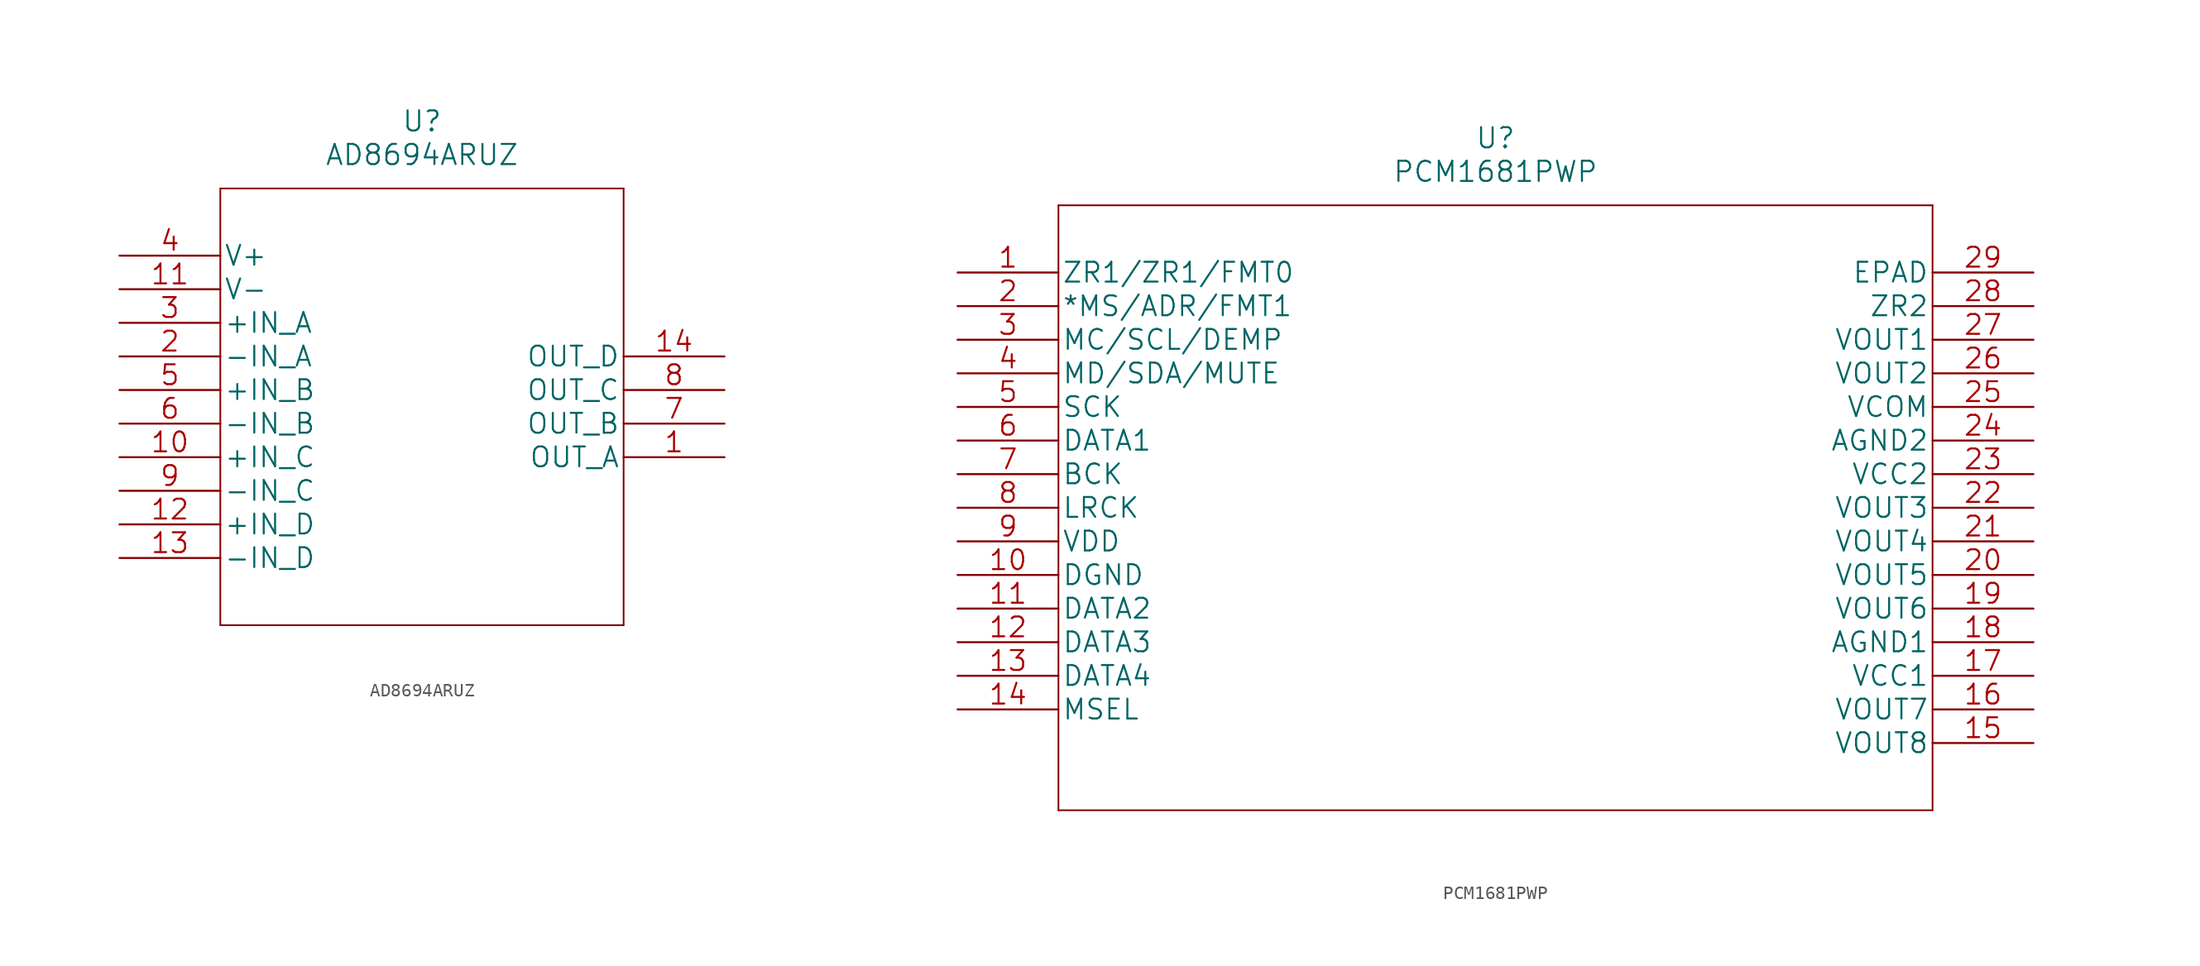
<source format=kicad_sym>
(kicad_symbol_lib
  (version 20211014)
  (generator kicad_symbol_editor)
  (symbol "AD8694ARUZ"
    (pin_names
      (offset 0.254))
    (property "Reference" "U"
      (at 22.86 10.16 0)
      (effects (font (size 1.524 1.524))))
    (property "Value" "AD8694ARUZ"
      (at 22.86 7.62 0)
      (effects (font (size 1.524 1.524))))
    (property "Datasheet" ""
      (at 0 0 0)
      (effects (font (size 1.524 1.524))))
    (property "ki_locked" ""
      (at 0 0 0)
      (effects (font (size 1.27 1.27))))
    (symbol "AD8694ARUZ_1_1"
      (polyline (pts (xy 7.62 -27.94) (xy 38.1 -27.94)) (stroke (width 0.127) (type default) (color 0 0 0 0)) (fill (type none)))
      (polyline (pts (xy 7.62 5.08) (xy 7.62 -27.94)) (stroke (width 0.127) (type default) (color 0 0 0 0)) (fill (type none)))
      (polyline (pts (xy 38.1 -27.94) (xy 38.1 5.08)) (stroke (width 0.127) (type default) (color 0 0 0 0)) (fill (type none)))
      (polyline (pts (xy 38.1 5.08) (xy 7.62 5.08)) (stroke (width 0.127) (type default) (color 0 0 0 0)) (fill (type none)))
      (pin unspecified line (at 45.72 -15.24 180) (length 7.62) (name "OUT_A" (effects (font (size 1.499 1.499)))) (number "1" (effects (font (size 1.499 1.499)))))
      (pin unspecified line (at 0 -15.24 0) (length 7.62) (name "+IN_C" (effects (font (size 1.499 1.499)))) (number "10" (effects (font (size 1.499 1.499)))))
      (pin unspecified line (at 0 -2.54 0) (length 7.62) (name "V-" (effects (font (size 1.499 1.499)))) (number "11" (effects (font (size 1.499 1.499)))))
      (pin unspecified line (at 0 -20.32 0) (length 7.62) (name "+IN_D" (effects (font (size 1.499 1.499)))) (number "12" (effects (font (size 1.499 1.499)))))
      (pin unspecified line (at 0 -22.86 0) (length 7.62) (name "-IN_D" (effects (font (size 1.499 1.499)))) (number "13" (effects (font (size 1.499 1.499)))))
      (pin unspecified line (at 45.72 -7.62 180) (length 7.62) (name "OUT_D" (effects (font (size 1.499 1.499)))) (number "14" (effects (font (size 1.499 1.499)))))
      (pin unspecified line (at 0 -7.62 0) (length 7.62) (name "-IN_A" (effects (font (size 1.499 1.499)))) (number "2" (effects (font (size 1.499 1.499)))))
      (pin unspecified line (at 0 -5.08 0) (length 7.62) (name "+IN_A" (effects (font (size 1.499 1.499)))) (number "3" (effects (font (size 1.499 1.499)))))
      (pin unspecified line (at 0 0 0) (length 7.62) (name "V+" (effects (font (size 1.499 1.499)))) (number "4" (effects (font (size 1.499 1.499)))))
      (pin unspecified line (at 0 -10.16 0) (length 7.62) (name "+IN_B" (effects (font (size 1.499 1.499)))) (number "5" (effects (font (size 1.499 1.499)))))
      (pin unspecified line (at 0 -12.7 0) (length 7.62) (name "-IN_B" (effects (font (size 1.499 1.499)))) (number "6" (effects (font (size 1.499 1.499)))))
      (pin unspecified line (at 45.72 -12.7 180) (length 7.62) (name "OUT_B" (effects (font (size 1.499 1.499)))) (number "7" (effects (font (size 1.499 1.499)))))
      (pin unspecified line (at 45.72 -10.16 180) (length 7.62) (name "OUT_C" (effects (font (size 1.499 1.499)))) (number "8" (effects (font (size 1.499 1.499)))))
      (pin unspecified line (at 0 -17.78 0) (length 7.62) (name "-IN_C" (effects (font (size 1.499 1.499)))) (number "9" (effects (font (size 1.499 1.499)))))))
  (symbol "PCM1681PWP"
    (pin_names
      (offset 0.254))
    (property "Reference" "U"
      (at 40.64 10.16 0)
      (effects (font (size 1.524 1.524))))
    (property "Value" "PCM1681PWP"
      (at 40.64 7.62 0)
      (effects (font (size 1.524 1.524))))
    (property "Datasheet" ""
      (at 0 0 0)
      (effects (font (size 1.524 1.524))))
    (property "ki_locked" ""
      (at 0 0 0)
      (effects (font (size 1.27 1.27))))
    (symbol "PCM1681PWP_1_1"
      (polyline (pts (xy 7.62 -40.64) (xy 73.66 -40.64)) (stroke (width 0.127) (type default) (color 0 0 0 0)) (fill (type none)))
      (polyline (pts (xy 7.62 5.08) (xy 7.62 -40.64)) (stroke (width 0.127) (type default) (color 0 0 0 0)) (fill (type none)))
      (polyline (pts (xy 73.66 -40.64) (xy 73.66 5.08)) (stroke (width 0.127) (type default) (color 0 0 0 0)) (fill (type none)))
      (polyline (pts (xy 73.66 5.08) (xy 7.62 5.08)) (stroke (width 0.127) (type default) (color 0 0 0 0)) (fill (type none)))
      (pin bidirectional line (at 0 0 0) (length 7.62) (name "ZR1/ZR1/FMT0" (effects (font (size 1.499 1.499)))) (number "1" (effects (font (size 1.499 1.499)))))
      (pin power_in line (at 0 -22.86 0) (length 7.62) (name "DGND" (effects (font (size 1.499 1.499)))) (number "10" (effects (font (size 1.499 1.499)))))
      (pin input line (at 0 -25.4 0) (length 7.62) (name "DATA2" (effects (font (size 1.499 1.499)))) (number "11" (effects (font (size 1.499 1.499)))))
      (pin input line (at 0 -27.94 0) (length 7.62) (name "DATA3" (effects (font (size 1.499 1.499)))) (number "12" (effects (font (size 1.499 1.499)))))
      (pin input line (at 0 -30.48 0) (length 7.62) (name "DATA4" (effects (font (size 1.499 1.499)))) (number "13" (effects (font (size 1.499 1.499)))))
      (pin input line (at 0 -33.02 0) (length 7.62) (name "MSEL" (effects (font (size 1.499 1.499)))) (number "14" (effects (font (size 1.499 1.499)))))
      (pin output line (at 81.28 -35.56 180) (length 7.62) (name "VOUT8" (effects (font (size 1.499 1.499)))) (number "15" (effects (font (size 1.499 1.499)))))
      (pin output line (at 81.28 -33.02 180) (length 7.62) (name "VOUT7" (effects (font (size 1.499 1.499)))) (number "16" (effects (font (size 1.499 1.499)))))
      (pin power_in line (at 81.28 -30.48 180) (length 7.62) (name "VCC1" (effects (font (size 1.499 1.499)))) (number "17" (effects (font (size 1.499 1.499)))))
      (pin power_in line (at 81.28 -27.94 180) (length 7.62) (name "AGND1" (effects (font (size 1.499 1.499)))) (number "18" (effects (font (size 1.499 1.499)))))
      (pin output line (at 81.28 -25.4 180) (length 7.62) (name "VOUT6" (effects (font (size 1.499 1.499)))) (number "19" (effects (font (size 1.499 1.499)))))
      (pin input line (at 0 -2.54 0) (length 7.62) (name "*MS/ADR/FMT1" (effects (font (size 1.499 1.499)))) (number "2" (effects (font (size 1.499 1.499)))))
      (pin output line (at 81.28 -22.86 180) (length 7.62) (name "VOUT5" (effects (font (size 1.499 1.499)))) (number "20" (effects (font (size 1.499 1.499)))))
      (pin output line (at 81.28 -20.32 180) (length 7.62) (name "VOUT4" (effects (font (size 1.499 1.499)))) (number "21" (effects (font (size 1.499 1.499)))))
      (pin output line (at 81.28 -17.78 180) (length 7.62) (name "VOUT3" (effects (font (size 1.499 1.499)))) (number "22" (effects (font (size 1.499 1.499)))))
      (pin power_in line (at 81.28 -15.24 180) (length 7.62) (name "VCC2" (effects (font (size 1.499 1.499)))) (number "23" (effects (font (size 1.499 1.499)))))
      (pin power_in line (at 81.28 -12.7 180) (length 7.62) (name "AGND2" (effects (font (size 1.499 1.499)))) (number "24" (effects (font (size 1.499 1.499)))))
      (pin power_in line (at 81.28 -10.16 180) (length 7.62) (name "VCOM" (effects (font (size 1.499 1.499)))) (number "25" (effects (font (size 1.499 1.499)))))
      (pin output line (at 81.28 -7.62 180) (length 7.62) (name "VOUT2" (effects (font (size 1.499 1.499)))) (number "26" (effects (font (size 1.499 1.499)))))
      (pin output line (at 81.28 -5.08 180) (length 7.62) (name "VOUT1" (effects (font (size 1.499 1.499)))) (number "27" (effects (font (size 1.499 1.499)))))
      (pin output line (at 81.28 -2.54 180) (length 7.62) (name "ZR2" (effects (font (size 1.499 1.499)))) (number "28" (effects (font (size 1.499 1.499)))))
      (pin unspecified line (at 81.28 0 180) (length 7.62) (name "EPAD" (effects (font (size 1.499 1.499)))) (number "29" (effects (font (size 1.499 1.499)))))
      (pin input line (at 0 -5.08 0) (length 7.62) (name "MC/SCL/DEMP" (effects (font (size 1.499 1.499)))) (number "3" (effects (font (size 1.499 1.499)))))
      (pin bidirectional line (at 0 -7.62 0) (length 7.62) (name "MD/SDA/MUTE" (effects (font (size 1.499 1.499)))) (number "4" (effects (font (size 1.499 1.499)))))
      (pin input line (at 0 -10.16 0) (length 7.62) (name "SCK" (effects (font (size 1.499 1.499)))) (number "5" (effects (font (size 1.499 1.499)))))
      (pin input line (at 0 -12.7 0) (length 7.62) (name "DATA1" (effects (font (size 1.499 1.499)))) (number "6" (effects (font (size 1.499 1.499)))))
      (pin input line (at 0 -15.24 0) (length 7.62) (name "BCK" (effects (font (size 1.499 1.499)))) (number "7" (effects (font (size 1.499 1.499)))))
      (pin input line (at 0 -17.78 0) (length 7.62) (name "LRCK" (effects (font (size 1.499 1.499)))) (number "8" (effects (font (size 1.499 1.499)))))
      (pin power_in line (at 0 -20.32 0) (length 7.62) (name "VDD" (effects (font (size 1.499 1.499)))) (number "9" (effects (font (size 1.499 1.499))))))))
</source>
